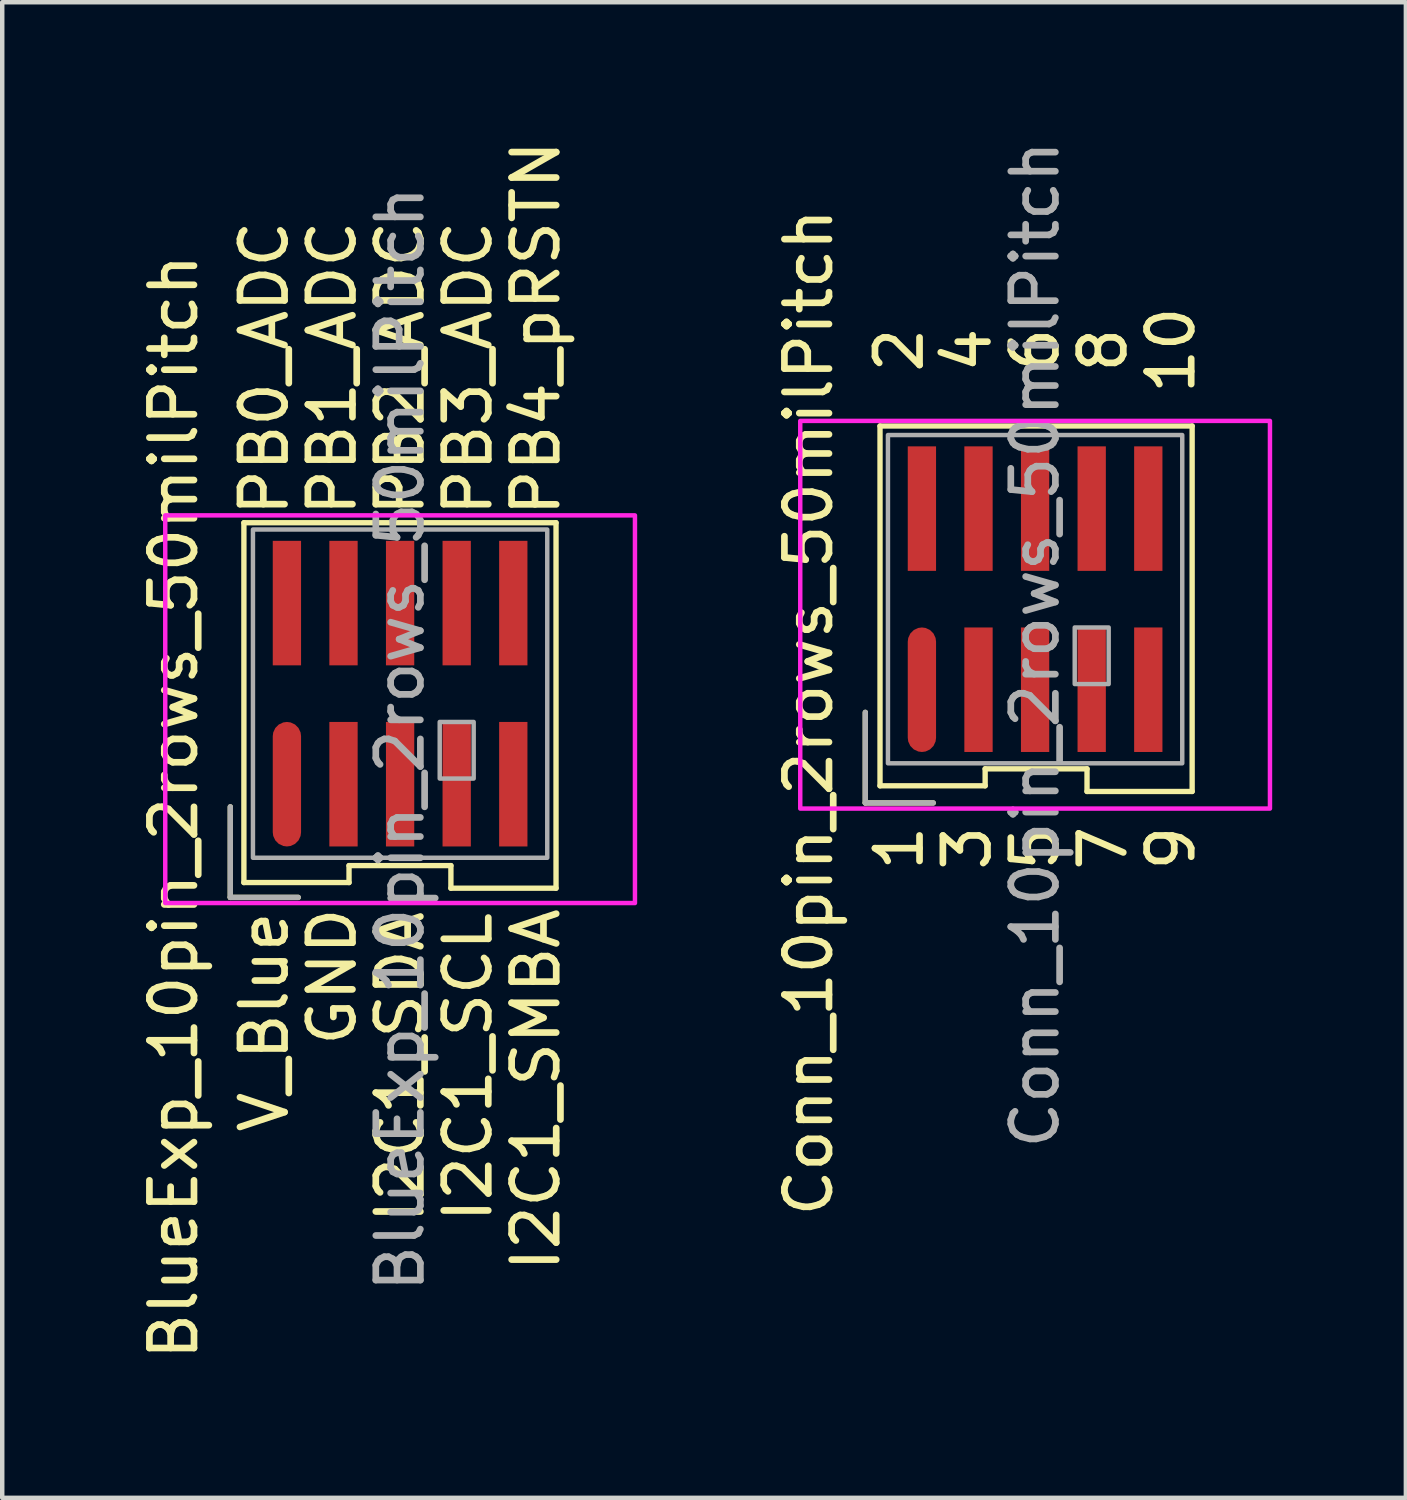
<source format=kicad_pcb>
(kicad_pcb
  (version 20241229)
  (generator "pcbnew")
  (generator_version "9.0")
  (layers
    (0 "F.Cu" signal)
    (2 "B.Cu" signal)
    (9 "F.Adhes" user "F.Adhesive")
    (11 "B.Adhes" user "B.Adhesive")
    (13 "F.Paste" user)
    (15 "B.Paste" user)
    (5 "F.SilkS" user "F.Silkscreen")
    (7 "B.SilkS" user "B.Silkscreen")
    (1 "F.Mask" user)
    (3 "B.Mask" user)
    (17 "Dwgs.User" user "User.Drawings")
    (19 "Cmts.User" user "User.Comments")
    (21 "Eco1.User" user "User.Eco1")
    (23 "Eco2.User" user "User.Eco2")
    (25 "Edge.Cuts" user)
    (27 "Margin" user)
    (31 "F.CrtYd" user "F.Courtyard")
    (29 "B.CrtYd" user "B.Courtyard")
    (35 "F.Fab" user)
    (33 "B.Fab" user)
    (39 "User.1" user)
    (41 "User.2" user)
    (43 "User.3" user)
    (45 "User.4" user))
  (footprint "Conn_10pin_2rows_50milPitch"
    (layer "F.Cu")
    (at 20.177 10.395)
    (property "Reference" "Conn_10pin_2rows_50milPitch" (at -5.08 2.54 90) (unlocked yes) (layer "F.SilkS") (effects (font (size 1 1) (thickness 0.15))))
    (attr smd)
    (fp_line (start -3.81 2.54) (end -3.81 4.572) (stroke (width 0.12) (type solid)) (layer "F.SilkS"))
    (fp_line (start -3.81 4.572) (end -2.286 4.572) (stroke (width 0.12) (type solid)) (layer "F.SilkS"))
    (fp_line (start -3.48 -3.886) (end -3.48 4.188) (stroke (width 0.12) (type solid)) (layer "F.SilkS"))
    (fp_line (start -3.48 4.188) (end -1.121 4.188) (stroke (width 0.12) (type solid)) (layer "F.SilkS"))
    (fp_line (start -1.121 3.807) (end -1.121 4.188) (stroke (width 0.12) (type solid)) (layer "F.SilkS"))
    (fp_line (start -1.121 3.807) (end 1.165 3.807) (stroke (width 0.12) (type solid)) (layer "F.SilkS"))
    (fp_line (start 1.165 3.807) (end 1.165 4.315) (stroke (width 0.12) (type solid)) (layer "F.SilkS"))
    (fp_line (start 1.165 4.315) (end 3.524 4.315) (stroke (width 0.12) (type solid)) (layer "F.SilkS"))
    (fp_line (start 3.524 -3.886) (end -3.48 -3.886) (stroke (width 0.12) (type solid)) (layer "F.SilkS"))
    (fp_line (start 3.524 4.315) (end 3.524 -3.886) (stroke (width 0.12) (type solid)) (layer "F.SilkS"))
    (fp_rect (start -5.27 -4) (end 5.27 4.699) (stroke (width 0.1) (type solid)) (fill no) (layer "F.CrtYd"))
    (fp_line (start -3.81 2.54) (end -3.81 4.572) (stroke (width 0.12) (type solid)) (layer "F.Fab"))
    (fp_line (start -3.81 4.572) (end -2.286 4.572) (stroke (width 0.12) (type solid)) (layer "F.Fab"))
    (fp_rect (start -3.302 -3.683) (end 3.302 3.683) (stroke (width 0.1) (type solid)) (fill no) (layer "F.Fab"))
    (fp_rect (start 0.889 1.905) (end 1.651 0.635) (stroke (width 0.1) (type solid)) (fill no) (layer "F.Fab"))
    (fp_text user "7" (at 1.524 5.588 90) (unlocked yes) (layer "F.SilkS") (effects (font (size 1 1) (thickness 0.15))))
    (fp_text user "4" (at -1.524 -5.588 90) (unlocked yes) (layer "F.SilkS") (effects (font (size 1 1) (thickness 0.15))))
    (fp_text user "2" (at -3.048 -5.588 90) (unlocked yes) (layer "F.SilkS") (effects (font (size 1 1) (thickness 0.15))))
    (fp_text user "5" (at 0 5.588 90) (unlocked yes) (layer "F.SilkS") (effects (font (size 1 1) (thickness 0.15))))
    (fp_text user "8" (at 1.524 -5.588 90) (unlocked yes) (layer "F.SilkS") (effects (font (size 1 1) (thickness 0.15))))
    (fp_text user "6" (at 0 -5.588 90) (unlocked yes) (layer "F.SilkS") (effects (font (size 1 1) (thickness 0.15))))
    (fp_text user "1" (at -3.048 5.588 90) (unlocked yes) (layer "F.SilkS") (effects (font (size 1 1) (thickness 0.15))))
    (fp_text user "3" (at -1.524 5.588 90) (unlocked yes) (layer "F.SilkS") (effects (font (size 1 1) (thickness 0.15))))
    (fp_text user "9" (at 3.048 5.588 90) (unlocked yes) (layer "F.SilkS") (effects (font (size 1 1) (thickness 0.15))))
    (fp_text user "10" (at 3.048 -5.588 90) (unlocked yes) (layer "F.SilkS") (effects (font (size 1 1) (thickness 0.15))))
    (fp_text user "${REFERENCE}" (at 0 1.016 90) (unlocked yes) (layer "F.Fab") (effects (font (size 1 1) (thickness 0.15))))
    (pad "1" smd roundrect (at -2.54 2.032) (size 0.635 2.794) (layers "F.Cu" "F.Mask" "F.Paste") (roundrect_rratio 0.5))
    (pad "2" smd rect (at -2.54 -2.032) (size 0.635 2.794) (layers "F.Cu" "F.Mask" "F.Paste"))
    (pad "3" smd rect (at -1.27 2.032) (size 0.635 2.794) (layers "F.Cu" "F.Mask" "F.Paste"))
    (pad "4" smd rect (at -1.27 -2.032) (size 0.635 2.794) (layers "F.Cu" "F.Mask" "F.Paste"))
    (pad "5" smd rect (at 0 2.032) (size 0.635 2.794) (layers "F.Cu" "F.Mask" "F.Paste"))
    (pad "6" smd rect (at 0 -2.032) (size 0.635 2.794) (layers "F.Cu" "F.Mask" "F.Paste"))
    (pad "7" smd rect (at 1.27 2.032) (size 0.635 2.794) (layers "F.Cu" "F.Mask" "F.Paste"))
    (pad "8" smd rect (at 1.27 -2.032) (size 0.635 2.794) (layers "F.Cu" "F.Mask" "F.Paste"))
    (pad "9" smd rect (at 2.54 2.032) (size 0.635 2.794) (layers "F.Cu" "F.Mask" "F.Paste"))
    (pad "10" smd rect (at 2.54 -2.032) (size 0.635 2.794) (layers "F.Cu" "F.Mask" "F.Paste")))
  (footprint "BlueExp_10pin_2rows_50milPitch"
    (layer "F.Cu")
    (at 5.928 12.515)
    (property "Reference" "BlueExp_10pin_2rows_50milPitch" (at -5.08 2.54 90) (unlocked yes) (layer "F.SilkS") (effects (font (size 1 1) (thickness 0.15))))
    (attr smd)
    (fp_line (start -3.81 2.54) (end -3.81 4.572) (stroke (width 0.12) (type solid)) (layer "F.SilkS"))
    (fp_line (start -3.81 4.572) (end -2.286 4.572) (stroke (width 0.12) (type solid)) (layer "F.SilkS"))
    (fp_line (start -3.505 -3.835) (end -3.505 4.239) (stroke (width 0.12) (type solid)) (layer "F.SilkS"))
    (fp_line (start -3.505 4.239) (end -1.146 4.239) (stroke (width 0.12) (type solid)) (layer "F.SilkS"))
    (fp_line (start -1.146 3.858) (end -1.146 4.239) (stroke (width 0.12) (type solid)) (layer "F.SilkS"))
    (fp_line (start -1.146 3.858) (end 1.14 3.858) (stroke (width 0.12) (type solid)) (layer "F.SilkS"))
    (fp_line (start 1.14 3.858) (end 1.14 4.366) (stroke (width 0.12) (type solid)) (layer "F.SilkS"))
    (fp_line (start 1.14 4.366) (end 3.499 4.366) (stroke (width 0.12) (type solid)) (layer "F.SilkS"))
    (fp_line (start 3.499 -3.835) (end -3.505 -3.835) (stroke (width 0.12) (type solid)) (layer "F.SilkS"))
    (fp_line (start 3.499 4.366) (end 3.499 -3.835) (stroke (width 0.12) (type solid)) (layer "F.SilkS"))
    (fp_rect (start -5.27 -4) (end 5.27 4.699) (stroke (width 0.1) (type solid)) (fill no) (layer "F.CrtYd"))
    (fp_line (start -3.81 2.54) (end -3.81 4.572) (stroke (width 0.12) (type solid)) (layer "F.Fab"))
    (fp_line (start -3.81 4.572) (end -2.286 4.572) (stroke (width 0.12) (type solid)) (layer "F.Fab"))
    (fp_rect (start -3.302 -3.683) (end 3.302 3.683) (stroke (width 0.1) (type solid)) (fill no) (layer "F.Fab"))
    (fp_rect (start 0.889 1.905) (end 1.651 0.635) (stroke (width 0.1) (type solid)) (fill no) (layer "F.Fab"))
    (fp_text user "I2C1_SDA" (at 0 8.382 90) (unlocked yes) (layer "F.SilkS") (effects (font (size 1 1) (thickness 0.15))))
    (fp_text user "GND" (at -1.524 6.35 90) (unlocked yes) (layer "F.SilkS") (effects (font (size 1 1) (thickness 0.15))))
    (fp_text user "I2C1_SMBA" (at 3.048 8.89 90) (unlocked yes) (layer "F.SilkS") (effects (font (size 1 1) (thickness 0.15))))
    (fp_text user "PB0_ADC" (at -3.048 -7.3 90) (unlocked yes) (layer "F.SilkS") (effects (font (size 1 1) (thickness 0.15))))
    (fp_text user "I2C1_SCL" (at 1.524 8.382 90) (unlocked yes) (layer "F.SilkS") (effects (font (size 1 1) (thickness 0.15))))
    (fp_text user "PB2_ADC" (at 0 -7.3 90) (unlocked yes) (layer "F.SilkS") (effects (font (size 1 1) (thickness 0.15))))
    (fp_text user "V_Blue" (at -3.048 7.366 90) (unlocked yes) (layer "F.SilkS") (effects (font (size 1 1) (thickness 0.15))))
    (fp_text user "PB4_pRSTN" (at 3.048 -8.2 90) (unlocked yes) (layer "F.SilkS") (effects (font (size 1 1) (thickness 0.15))))
    (fp_text user "PB3_ADC" (at 1.524 -7.3 90) (unlocked yes) (layer "F.SilkS") (effects (font (size 1 1) (thickness 0.15))))
    (fp_text user "PB1_ADC" (at -1.524 -7.3 90) (unlocked yes) (layer "F.SilkS") (effects (font (size 1 1) (thickness 0.15))))
    (fp_text user "${REFERENCE}" (at 0 1.016 90) (unlocked yes) (layer "F.Fab") (effects (font (size 1 1) (thickness 0.15))))
    (pad "1" smd roundrect (at -2.54 2.032) (size 0.635 2.794) (layers "F.Cu" "F.Mask" "F.Paste") (roundrect_rratio 0.5))
    (pad "2" smd rect (at -2.54 -2.032) (size 0.635 2.794) (layers "F.Cu" "F.Mask" "F.Paste"))
    (pad "3" smd rect (at -1.27 2.032) (size 0.635 2.794) (layers "F.Cu" "F.Mask" "F.Paste"))
    (pad "4" smd rect (at -1.27 -2.032) (size 0.635 2.794) (layers "F.Cu" "F.Mask" "F.Paste"))
    (pad "5" smd rect (at 0 2.032) (size 0.635 2.794) (layers "F.Cu" "F.Mask" "F.Paste"))
    (pad "6" smd rect (at 0 -2.032) (size 0.635 2.794) (layers "F.Cu" "F.Mask" "F.Paste"))
    (pad "7" smd rect (at 1.27 2.032) (size 0.635 2.794) (layers "F.Cu" "F.Mask" "F.Paste"))
    (pad "8" smd rect (at 1.27 -2.032) (size 0.635 2.794) (layers "F.Cu" "F.Mask" "F.Paste"))
    (pad "9" smd rect (at 2.54 2.032) (size 0.635 2.794) (layers "F.Cu" "F.Mask" "F.Paste"))
    (pad "10" smd rect (at 2.54 -2.032) (size 0.635 2.794) (layers "F.Cu" "F.Mask" "F.Paste")))
  (gr_rect
    (start -3 -3)
    (end 28.497 30.561)
    (stroke (width 0.1) (type default))
    (fill no)
    (layer "Edge.Cuts")))
</source>
